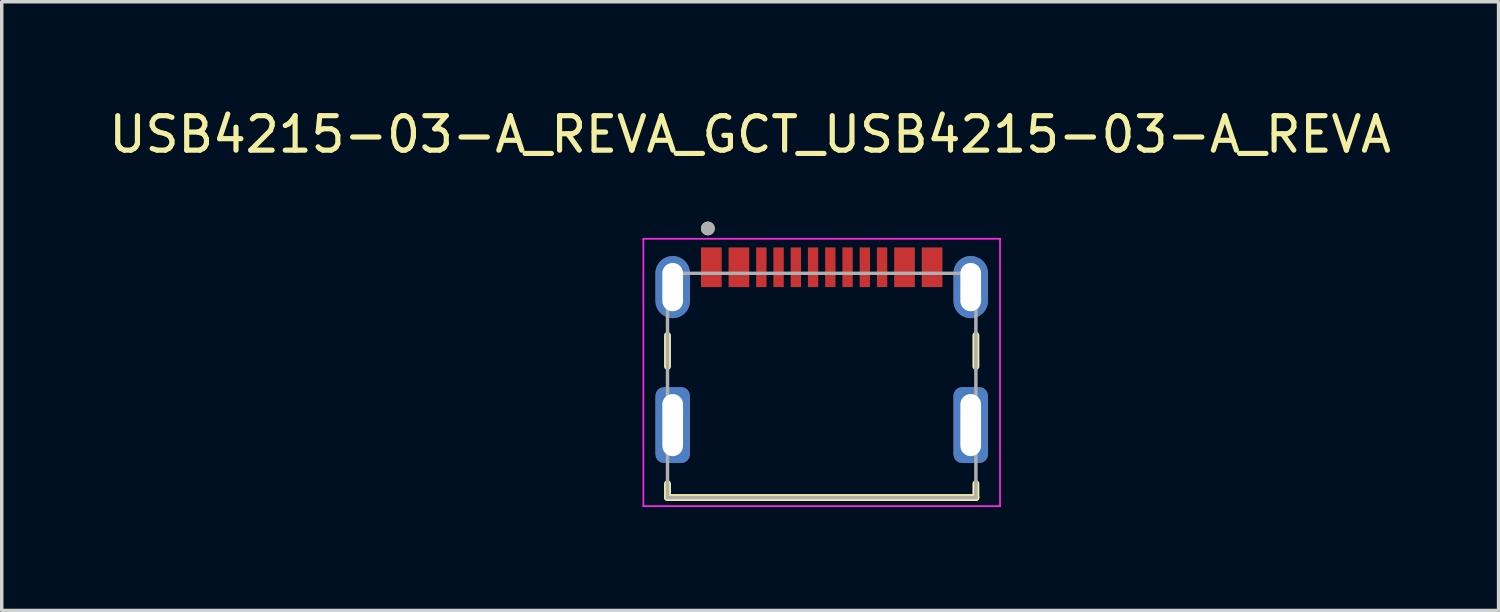
<source format=kicad_pcb>
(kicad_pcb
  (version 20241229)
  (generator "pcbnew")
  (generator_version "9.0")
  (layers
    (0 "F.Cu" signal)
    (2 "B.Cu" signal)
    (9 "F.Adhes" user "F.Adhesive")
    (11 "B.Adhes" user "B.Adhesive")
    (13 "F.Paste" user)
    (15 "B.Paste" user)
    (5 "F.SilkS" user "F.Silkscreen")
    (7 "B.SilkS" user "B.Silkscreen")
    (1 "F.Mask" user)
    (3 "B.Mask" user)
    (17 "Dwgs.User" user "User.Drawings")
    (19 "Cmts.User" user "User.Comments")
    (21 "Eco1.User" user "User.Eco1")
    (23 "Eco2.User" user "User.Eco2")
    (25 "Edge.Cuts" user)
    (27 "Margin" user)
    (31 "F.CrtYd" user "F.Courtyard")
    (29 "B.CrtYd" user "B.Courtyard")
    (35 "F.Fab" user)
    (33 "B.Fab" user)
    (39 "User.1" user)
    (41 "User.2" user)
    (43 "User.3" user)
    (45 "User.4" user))
  (footprint "USB4215-03-A_REVA_GCT_USB4215-03-A_REVA"
    (layer "F.Cu")
    (at 20.771 9.273)
    (property "Reference" "USB4215-03-A_REVA_GCT_USB4215-03-A_REVA" (at -2.075 -8.425 0) (layer "F.SilkS") (effects (font (size 1 1) (thickness 0.15))))
    (attr smd)
    (fp_line (start -4.47 -2.6) (end -4.47 -1.7) (stroke (width 0.2) (type solid)) (layer "F.SilkS"))
    (fp_line (start -4.47 1.7) (end -4.47 2.1) (stroke (width 0.2) (type solid)) (layer "F.SilkS"))
    (fp_line (start -4.47 2.1) (end 4.47 2.1) (stroke (width 0.2) (type solid)) (layer "F.SilkS"))
    (fp_line (start 4.47 -2.6) (end 4.47 -1.7) (stroke (width 0.2) (type solid)) (layer "F.SilkS"))
    (fp_line (start 4.47 2.1) (end 4.47 1.7) (stroke (width 0.2) (type solid)) (layer "F.SilkS"))
    (fp_circle (center -3.3 -5.7) (end -3.2 -5.7) (stroke (width 0.2) (type solid)) (fill no) (layer "F.SilkS"))
    (fp_line (start -5.17 -5.4) (end -5.17 2.35) (stroke (width 0.05) (type solid)) (layer "F.CrtYd"))
    (fp_line (start -5.17 2.35) (end 5.17 2.35) (stroke (width 0.05) (type solid)) (layer "F.CrtYd"))
    (fp_line (start 5.17 -5.4) (end -5.17 -5.4) (stroke (width 0.05) (type solid)) (layer "F.CrtYd"))
    (fp_line (start 5.17 2.35) (end 5.17 -5.4) (stroke (width 0.05) (type solid)) (layer "F.CrtYd"))
    (fp_line (start -4.47 -4.4) (end -4.47 2.1) (stroke (width 0.1) (type solid)) (layer "F.Fab"))
    (fp_line (start -4.47 2.1) (end 4.47 2.1) (stroke (width 0.1) (type solid)) (layer "F.Fab"))
    (fp_line (start 4.47 -4.4) (end -4.47 -4.4) (stroke (width 0.1) (type solid)) (layer "F.Fab"))
    (fp_line (start 4.47 2.1) (end 4.47 -4.4) (stroke (width 0.1) (type solid)) (layer "F.Fab"))
    (fp_circle (center -3.3 -5.7) (end -3.2 -5.7) (stroke (width 0.2) (type solid)) (fill no) (layer "F.Fab"))
    (pad "A1_B12" smd rect (at -3.2 -4.575) (size 0.6 1.15) (layers "F.Cu" "F.Mask" "F.Paste"))
    (pad "A4_B9" smd rect (at -2.4 -4.575) (size 0.6 1.15) (layers "F.Cu" "F.Mask" "F.Paste"))
    (pad "A5" smd rect (at -1.25 -4.575) (size 0.3 1.15) (layers "F.Cu" "F.Mask" "F.Paste"))
    (pad "A6" smd rect (at -0.25 -4.575) (size 0.3 1.15) (layers "F.Cu" "F.Mask" "F.Paste"))
    (pad "A7" smd rect (at 0.25 -4.575) (size 0.3 1.15) (layers "F.Cu" "F.Mask" "F.Paste"))
    (pad "A8" smd rect (at 1.25 -4.575) (size 0.3 1.15) (layers "F.Cu" "F.Mask" "F.Paste"))
    (pad "B1_A12" smd rect (at 3.2 -4.575) (size 0.6 1.15) (layers "F.Cu" "F.Mask" "F.Paste"))
    (pad "B4_A9" smd rect (at 2.4 -4.575) (size 0.6 1.15) (layers "F.Cu" "F.Mask" "F.Paste"))
    (pad "B5" smd rect (at 1.75 -4.575) (size 0.3 1.15) (layers "F.Cu" "F.Mask" "F.Paste"))
    (pad "B6" smd rect (at 0.75 -4.575) (size 0.3 1.15) (layers "F.Cu" "F.Mask" "F.Paste"))
    (pad "B7" smd rect (at -0.75 -4.575) (size 0.3 1.15) (layers "F.Cu" "F.Mask" "F.Paste"))
    (pad "B8" smd rect (at -1.75 -4.575) (size 0.3 1.15) (layers "F.Cu" "F.Mask" "F.Paste"))
    (pad "SH1" thru_hole oval (at -4.32 -4) (size 1 1.8) (drill oval 0.6 1.4) (layers "*.Cu" "*.Mask"))
    (pad "SH2" thru_hole oval (at 4.32 -4) (size 1 1.8) (drill oval 0.6 1.4) (layers "*.Cu" "*.Mask"))
    (pad "SH3" thru_hole roundrect (at -4.32 0) (size 1 2.2) (drill oval 0.6 1.8) (layers "*.Cu" "*.Mask") (roundrect_rratio 0.25))
    (pad "SH4" thru_hole roundrect (at 4.32 0) (size 1 2.2) (drill oval 0.6 1.8) (layers "*.Cu" "*.Mask") (roundrect_rratio 0.25)))
  (gr_rect
    (start -3 -3)
    (end 40.393 14.648)
    (stroke (width 0.1) (type default))
    (fill no)
    (layer "Edge.Cuts")))
</source>
